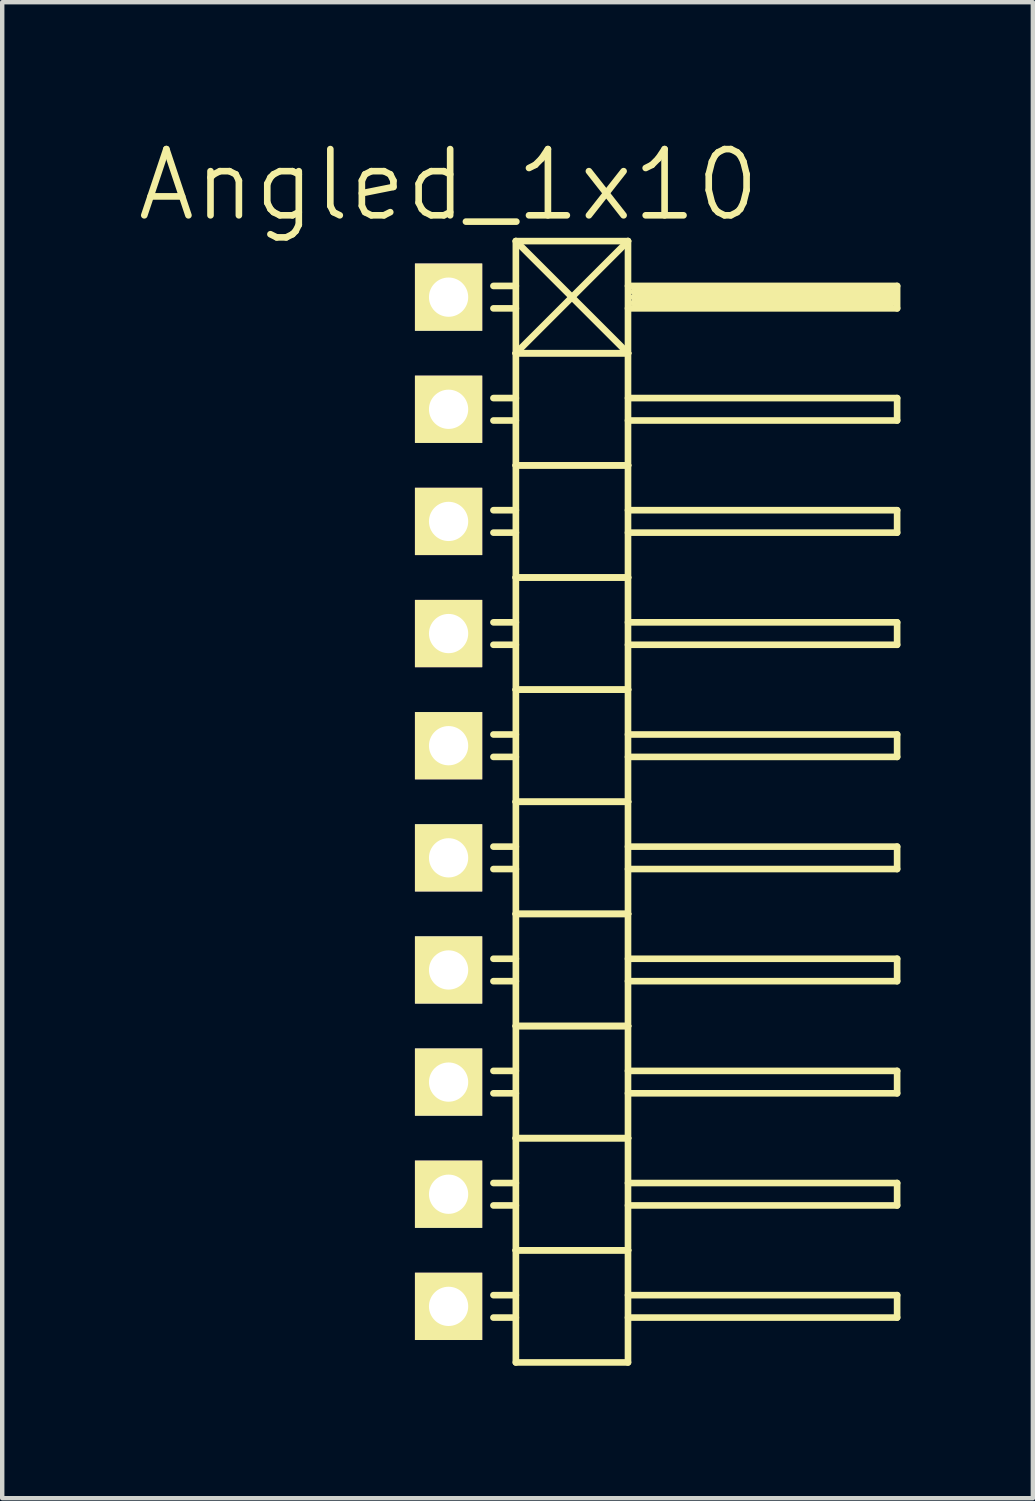
<source format=kicad_pcb>
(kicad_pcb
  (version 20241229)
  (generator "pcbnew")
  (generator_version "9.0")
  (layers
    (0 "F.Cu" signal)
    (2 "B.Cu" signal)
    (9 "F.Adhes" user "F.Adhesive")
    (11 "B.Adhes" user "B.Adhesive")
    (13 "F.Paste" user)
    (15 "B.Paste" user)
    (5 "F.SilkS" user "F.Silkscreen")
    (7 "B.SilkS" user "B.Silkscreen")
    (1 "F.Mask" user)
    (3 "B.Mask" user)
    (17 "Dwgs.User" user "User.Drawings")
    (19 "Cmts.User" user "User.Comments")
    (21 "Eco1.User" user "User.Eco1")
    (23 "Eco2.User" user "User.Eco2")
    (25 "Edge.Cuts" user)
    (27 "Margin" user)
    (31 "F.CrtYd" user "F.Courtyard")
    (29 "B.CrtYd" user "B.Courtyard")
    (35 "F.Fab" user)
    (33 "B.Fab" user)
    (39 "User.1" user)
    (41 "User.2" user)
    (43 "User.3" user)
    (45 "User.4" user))
  (footprint "Angled_1x10"
    (layer "F.Cu")
    (at 7.111 15.111)
    (property "Reference" "Angled_1x10" (at 0 -13.97 0) (layer "F.SilkS") (effects (font (size 1.5 1.5) (thickness 0.15))))
    (attr through_hole)
    (fp_line (start 1.524 -12.7) (end 1.524 -10.16) (stroke (width 0.15) (type solid)) (layer "F.SilkS"))
    (fp_line (start 1.524 -12.7) (end 4.064 -12.7) (stroke (width 0.15) (type solid)) (layer "F.SilkS"))
    (fp_line (start 1.524 -11.684) (end 1.016 -11.684) (stroke (width 0.15) (type solid)) (layer "F.SilkS"))
    (fp_line (start 1.524 -11.176) (end 1.016 -11.176) (stroke (width 0.15) (type solid)) (layer "F.SilkS"))
    (fp_line (start 1.524 -10.16) (end 1.524 -7.62) (stroke (width 0.15) (type solid)) (layer "F.SilkS"))
    (fp_line (start 1.524 -10.16) (end 4.064 -10.16) (stroke (width 0.15) (type solid)) (layer "F.SilkS"))
    (fp_line (start 1.524 -10.16) (end 4.064 -10.16) (stroke (width 0.15) (type solid)) (layer "F.SilkS"))
    (fp_line (start 1.524 -9.144) (end 1.016 -9.144) (stroke (width 0.15) (type solid)) (layer "F.SilkS"))
    (fp_line (start 1.524 -8.636) (end 1.016 -8.636) (stroke (width 0.15) (type solid)) (layer "F.SilkS"))
    (fp_line (start 1.524 -7.62) (end 1.524 -5.08) (stroke (width 0.15) (type solid)) (layer "F.SilkS"))
    (fp_line (start 1.524 -7.62) (end 4.064 -7.62) (stroke (width 0.15) (type solid)) (layer "F.SilkS"))
    (fp_line (start 1.524 -7.62) (end 4.064 -7.62) (stroke (width 0.15) (type solid)) (layer "F.SilkS"))
    (fp_line (start 1.524 -6.604) (end 1.016 -6.604) (stroke (width 0.15) (type solid)) (layer "F.SilkS"))
    (fp_line (start 1.524 -6.096) (end 1.016 -6.096) (stroke (width 0.15) (type solid)) (layer "F.SilkS"))
    (fp_line (start 1.524 -5.08) (end 1.524 -2.54) (stroke (width 0.15) (type solid)) (layer "F.SilkS"))
    (fp_line (start 1.524 -5.08) (end 4.064 -5.08) (stroke (width 0.15) (type solid)) (layer "F.SilkS"))
    (fp_line (start 1.524 -5.08) (end 4.064 -5.08) (stroke (width 0.15) (type solid)) (layer "F.SilkS"))
    (fp_line (start 1.524 -4.064) (end 1.016 -4.064) (stroke (width 0.15) (type solid)) (layer "F.SilkS"))
    (fp_line (start 1.524 -3.556) (end 1.016 -3.556) (stroke (width 0.15) (type solid)) (layer "F.SilkS"))
    (fp_line (start 1.524 -2.54) (end 1.524 0) (stroke (width 0.15) (type solid)) (layer "F.SilkS"))
    (fp_line (start 1.524 -2.54) (end 4.064 -2.54) (stroke (width 0.15) (type solid)) (layer "F.SilkS"))
    (fp_line (start 1.524 -2.54) (end 4.064 -2.54) (stroke (width 0.15) (type solid)) (layer "F.SilkS"))
    (fp_line (start 1.524 -1.524) (end 1.016 -1.524) (stroke (width 0.15) (type solid)) (layer "F.SilkS"))
    (fp_line (start 1.524 -1.016) (end 1.016 -1.016) (stroke (width 0.15) (type solid)) (layer "F.SilkS"))
    (fp_line (start 1.524 0) (end 1.524 2.54) (stroke (width 0.15) (type solid)) (layer "F.SilkS"))
    (fp_line (start 1.524 0) (end 4.064 0) (stroke (width 0.15) (type solid)) (layer "F.SilkS"))
    (fp_line (start 1.524 0) (end 4.064 0) (stroke (width 0.15) (type solid)) (layer "F.SilkS"))
    (fp_line (start 1.524 1.016) (end 1.016 1.016) (stroke (width 0.15) (type solid)) (layer "F.SilkS"))
    (fp_line (start 1.524 1.524) (end 1.016 1.524) (stroke (width 0.15) (type solid)) (layer "F.SilkS"))
    (fp_line (start 1.524 2.54) (end 1.524 5.08) (stroke (width 0.15) (type solid)) (layer "F.SilkS"))
    (fp_line (start 1.524 2.54) (end 4.064 2.54) (stroke (width 0.15) (type solid)) (layer "F.SilkS"))
    (fp_line (start 1.524 2.54) (end 4.064 2.54) (stroke (width 0.15) (type solid)) (layer "F.SilkS"))
    (fp_line (start 1.524 3.556) (end 1.016 3.556) (stroke (width 0.15) (type solid)) (layer "F.SilkS"))
    (fp_line (start 1.524 4.064) (end 1.016 4.064) (stroke (width 0.15) (type solid)) (layer "F.SilkS"))
    (fp_line (start 1.524 5.08) (end 1.524 7.62) (stroke (width 0.15) (type solid)) (layer "F.SilkS"))
    (fp_line (start 1.524 5.08) (end 4.064 5.08) (stroke (width 0.15) (type solid)) (layer "F.SilkS"))
    (fp_line (start 1.524 5.08) (end 4.064 5.08) (stroke (width 0.15) (type solid)) (layer "F.SilkS"))
    (fp_line (start 1.524 6.096) (end 1.016 6.096) (stroke (width 0.15) (type solid)) (layer "F.SilkS"))
    (fp_line (start 1.524 6.604) (end 1.016 6.604) (stroke (width 0.15) (type solid)) (layer "F.SilkS"))
    (fp_line (start 1.524 7.62) (end 1.524 10.16) (stroke (width 0.15) (type solid)) (layer "F.SilkS"))
    (fp_line (start 1.524 7.62) (end 4.064 7.62) (stroke (width 0.15) (type solid)) (layer "F.SilkS"))
    (fp_line (start 1.524 7.62) (end 4.064 7.62) (stroke (width 0.15) (type solid)) (layer "F.SilkS"))
    (fp_line (start 1.524 8.636) (end 1.016 8.636) (stroke (width 0.15) (type solid)) (layer "F.SilkS"))
    (fp_line (start 1.524 9.144) (end 1.016 9.144) (stroke (width 0.15) (type solid)) (layer "F.SilkS"))
    (fp_line (start 1.524 10.16) (end 1.524 12.7) (stroke (width 0.15) (type solid)) (layer "F.SilkS"))
    (fp_line (start 1.524 10.16) (end 4.064 10.16) (stroke (width 0.15) (type solid)) (layer "F.SilkS"))
    (fp_line (start 1.524 10.16) (end 4.064 10.16) (stroke (width 0.15) (type solid)) (layer "F.SilkS"))
    (fp_line (start 1.524 11.176) (end 1.016 11.176) (stroke (width 0.15) (type solid)) (layer "F.SilkS"))
    (fp_line (start 1.524 11.684) (end 1.016 11.684) (stroke (width 0.15) (type solid)) (layer "F.SilkS"))
    (fp_line (start 1.524 12.7) (end 4.064 12.7) (stroke (width 0.15) (type solid)) (layer "F.SilkS"))
    (fp_line (start 4.064 -12.7) (end 1.524 -10.16) (stroke (width 0.15) (type solid)) (layer "F.SilkS"))
    (fp_line (start 4.064 -11.684) (end 10.16 -11.684) (stroke (width 0.15) (type solid)) (layer "F.SilkS"))
    (fp_line (start 4.064 -10.16) (end 1.524 -12.7) (stroke (width 0.15) (type solid)) (layer "F.SilkS"))
    (fp_line (start 4.064 -10.16) (end 4.064 -12.7) (stroke (width 0.15) (type solid)) (layer "F.SilkS"))
    (fp_line (start 4.064 -9.144) (end 10.16 -9.144) (stroke (width 0.15) (type solid)) (layer "F.SilkS"))
    (fp_line (start 4.064 -7.62) (end 4.064 -10.16) (stroke (width 0.15) (type solid)) (layer "F.SilkS"))
    (fp_line (start 4.064 -6.604) (end 10.16 -6.604) (stroke (width 0.15) (type solid)) (layer "F.SilkS"))
    (fp_line (start 4.064 -5.08) (end 4.064 -7.62) (stroke (width 0.15) (type solid)) (layer "F.SilkS"))
    (fp_line (start 4.064 -4.064) (end 10.16 -4.064) (stroke (width 0.15) (type solid)) (layer "F.SilkS"))
    (fp_line (start 4.064 -2.54) (end 4.064 -5.08) (stroke (width 0.15) (type solid)) (layer "F.SilkS"))
    (fp_line (start 4.064 -1.524) (end 10.16 -1.524) (stroke (width 0.15) (type solid)) (layer "F.SilkS"))
    (fp_line (start 4.064 0) (end 4.064 -2.54) (stroke (width 0.15) (type solid)) (layer "F.SilkS"))
    (fp_line (start 4.064 1.016) (end 10.16 1.016) (stroke (width 0.15) (type solid)) (layer "F.SilkS"))
    (fp_line (start 4.064 2.54) (end 4.064 0) (stroke (width 0.15) (type solid)) (layer "F.SilkS"))
    (fp_line (start 4.064 3.556) (end 10.16 3.556) (stroke (width 0.15) (type solid)) (layer "F.SilkS"))
    (fp_line (start 4.064 5.08) (end 4.064 2.54) (stroke (width 0.15) (type solid)) (layer "F.SilkS"))
    (fp_line (start 4.064 6.096) (end 10.16 6.096) (stroke (width 0.15) (type solid)) (layer "F.SilkS"))
    (fp_line (start 4.064 7.62) (end 4.064 5.08) (stroke (width 0.15) (type solid)) (layer "F.SilkS"))
    (fp_line (start 4.064 8.636) (end 10.16 8.636) (stroke (width 0.15) (type solid)) (layer "F.SilkS"))
    (fp_line (start 4.064 10.16) (end 4.064 7.62) (stroke (width 0.15) (type solid)) (layer "F.SilkS"))
    (fp_line (start 4.064 11.176) (end 10.16 11.176) (stroke (width 0.15) (type solid)) (layer "F.SilkS"))
    (fp_line (start 4.064 12.7) (end 4.064 10.16) (stroke (width 0.15) (type solid)) (layer "F.SilkS"))
    (fp_line (start 4.191 -11.557) (end 10.033 -11.557) (stroke (width 0.15) (type solid)) (layer "F.SilkS"))
    (fp_line (start 4.191 -11.43) (end 10.033 -11.43) (stroke (width 0.15) (type solid)) (layer "F.SilkS"))
    (fp_line (start 10.033 -11.557) (end 10.033 -11.303) (stroke (width 0.15) (type solid)) (layer "F.SilkS"))
    (fp_line (start 10.033 -11.303) (end 4.191 -11.303) (stroke (width 0.15) (type solid)) (layer "F.SilkS"))
    (fp_line (start 10.16 -11.684) (end 10.16 -11.176) (stroke (width 0.15) (type solid)) (layer "F.SilkS"))
    (fp_line (start 10.16 -11.176) (end 4.064 -11.176) (stroke (width 0.15) (type solid)) (layer "F.SilkS"))
    (fp_line (start 10.16 -9.144) (end 10.16 -8.636) (stroke (width 0.15) (type solid)) (layer "F.SilkS"))
    (fp_line (start 10.16 -8.636) (end 4.064 -8.636) (stroke (width 0.15) (type solid)) (layer "F.SilkS"))
    (fp_line (start 10.16 -6.604) (end 10.16 -6.096) (stroke (width 0.15) (type solid)) (layer "F.SilkS"))
    (fp_line (start 10.16 -6.096) (end 4.064 -6.096) (stroke (width 0.15) (type solid)) (layer "F.SilkS"))
    (fp_line (start 10.16 -4.064) (end 10.16 -3.556) (stroke (width 0.15) (type solid)) (layer "F.SilkS"))
    (fp_line (start 10.16 -3.556) (end 4.064 -3.556) (stroke (width 0.15) (type solid)) (layer "F.SilkS"))
    (fp_line (start 10.16 -1.524) (end 10.16 -1.016) (stroke (width 0.15) (type solid)) (layer "F.SilkS"))
    (fp_line (start 10.16 -1.016) (end 4.064 -1.016) (stroke (width 0.15) (type solid)) (layer "F.SilkS"))
    (fp_line (start 10.16 1.016) (end 10.16 1.524) (stroke (width 0.15) (type solid)) (layer "F.SilkS"))
    (fp_line (start 10.16 1.524) (end 4.064 1.524) (stroke (width 0.15) (type solid)) (layer "F.SilkS"))
    (fp_line (start 10.16 3.556) (end 10.16 4.064) (stroke (width 0.15) (type solid)) (layer "F.SilkS"))
    (fp_line (start 10.16 4.064) (end 4.064 4.064) (stroke (width 0.15) (type solid)) (layer "F.SilkS"))
    (fp_line (start 10.16 6.096) (end 10.16 6.604) (stroke (width 0.15) (type solid)) (layer "F.SilkS"))
    (fp_line (start 10.16 6.604) (end 4.064 6.604) (stroke (width 0.15) (type solid)) (layer "F.SilkS"))
    (fp_line (start 10.16 8.636) (end 10.16 9.144) (stroke (width 0.15) (type solid)) (layer "F.SilkS"))
    (fp_line (start 10.16 9.144) (end 4.064 9.144) (stroke (width 0.15) (type solid)) (layer "F.SilkS"))
    (fp_line (start 10.16 11.176) (end 10.16 11.684) (stroke (width 0.15) (type solid)) (layer "F.SilkS"))
    (fp_line (start 10.16 11.684) (end 4.064 11.684) (stroke (width 0.15) (type solid)) (layer "F.SilkS"))
    (pad "1" thru_hole rect (at 0 -11.43) (size 1.524 1.524) (drill 0.889) (layers "*.Cu" "*.Mask" "F.SilkS"))
    (pad "2" thru_hole rect (at 0 -8.89) (size 1.524 1.524) (drill 0.889) (layers "*.Cu" "*.Mask" "F.SilkS"))
    (pad "3" thru_hole rect (at 0 -6.35) (size 1.524 1.524) (drill 0.889) (layers "*.Cu" "*.Mask" "F.SilkS"))
    (pad "4" thru_hole rect (at 0 -3.81) (size 1.524 1.524) (drill 0.889) (layers "*.Cu" "*.Mask" "F.SilkS"))
    (pad "5" thru_hole rect (at 0 -1.27) (size 1.524 1.524) (drill 0.889) (layers "*.Cu" "*.Mask" "F.SilkS"))
    (pad "6" thru_hole rect (at 0 1.27) (size 1.524 1.524) (drill 0.889) (layers "*.Cu" "*.Mask" "F.SilkS"))
    (pad "7" thru_hole rect (at 0 3.81) (size 1.524 1.524) (drill 0.889) (layers "*.Cu" "*.Mask" "F.SilkS"))
    (pad "8" thru_hole rect (at 0 6.35) (size 1.524 1.524) (drill 0.889) (layers "*.Cu" "*.Mask" "F.SilkS"))
    (pad "9" thru_hole rect (at 0 8.89) (size 1.524 1.524) (drill 0.889) (layers "*.Cu" "*.Mask" "F.SilkS"))
    (pad "10" thru_hole rect (at 0 11.43) (size 1.524 1.524) (drill 0.889) (layers "*.Cu" "*.Mask" "F.SilkS")))
  (gr_rect
    (start -3 -3)
    (end 20.346 30.886)
    (stroke (width 0.1) (type default))
    (fill no)
    (layer "Edge.Cuts")))
</source>
